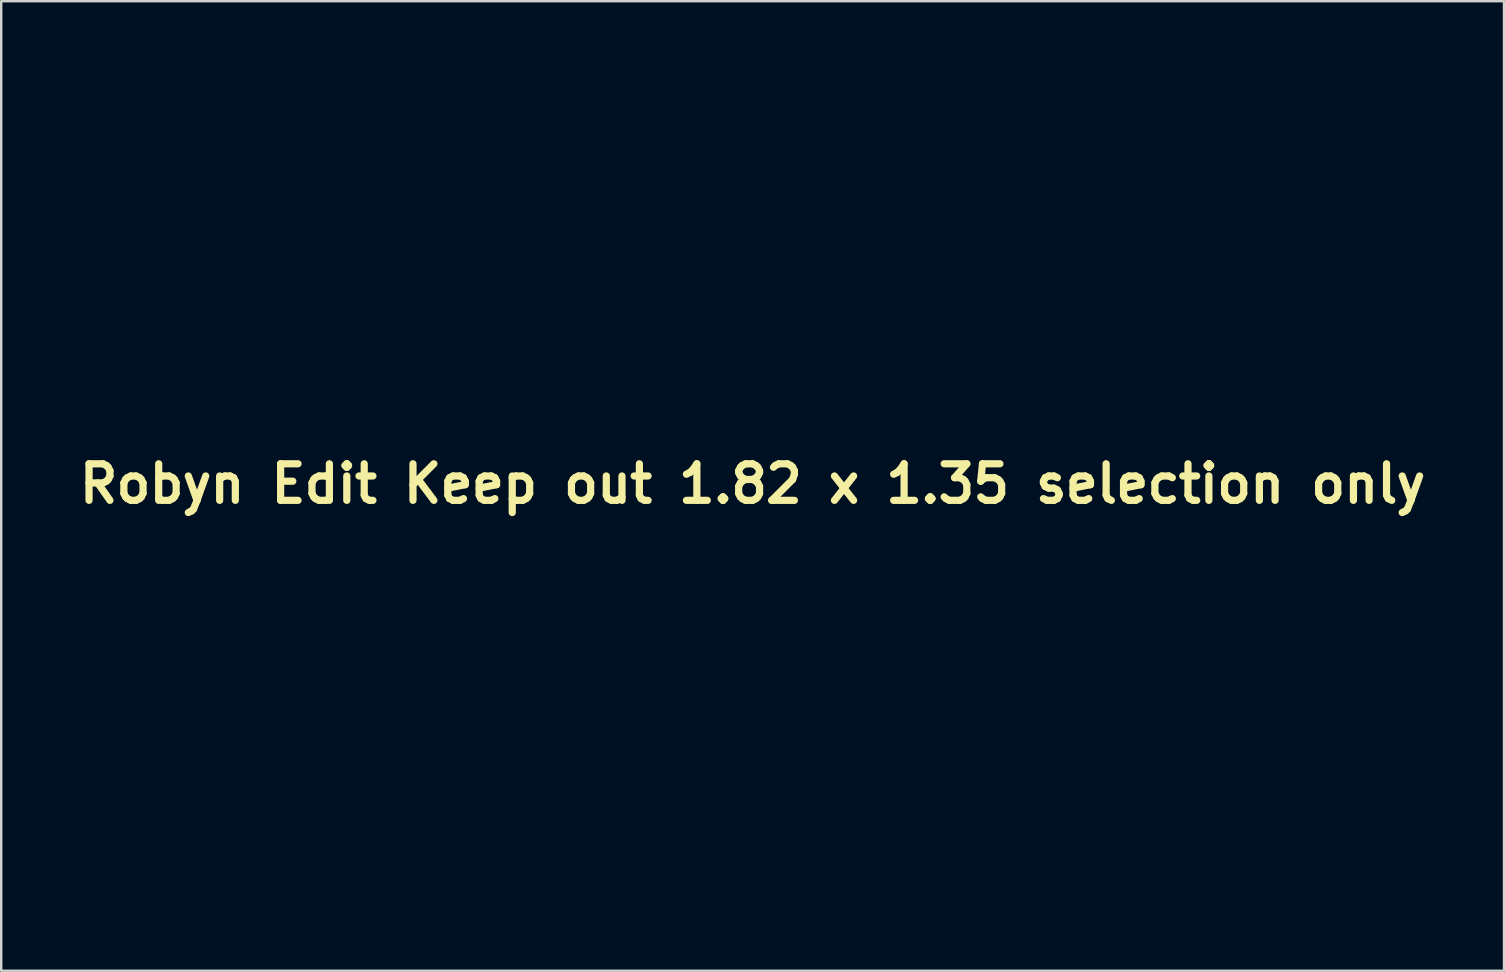
<source format=kicad_pcb>
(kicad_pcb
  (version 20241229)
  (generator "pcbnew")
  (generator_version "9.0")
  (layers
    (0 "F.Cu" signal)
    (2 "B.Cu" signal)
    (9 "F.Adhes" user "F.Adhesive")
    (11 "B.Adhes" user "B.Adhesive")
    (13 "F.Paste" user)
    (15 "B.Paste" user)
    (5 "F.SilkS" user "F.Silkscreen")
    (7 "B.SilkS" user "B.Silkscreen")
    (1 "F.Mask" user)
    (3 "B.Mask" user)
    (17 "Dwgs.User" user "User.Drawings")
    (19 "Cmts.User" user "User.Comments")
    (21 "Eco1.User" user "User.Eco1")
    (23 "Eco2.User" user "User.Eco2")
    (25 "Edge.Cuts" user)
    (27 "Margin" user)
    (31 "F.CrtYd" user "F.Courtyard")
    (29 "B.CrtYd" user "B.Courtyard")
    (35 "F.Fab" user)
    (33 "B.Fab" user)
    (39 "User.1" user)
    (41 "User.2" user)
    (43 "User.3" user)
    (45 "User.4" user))
  (footprint "Robyn Edit Keep out 1.82 x 1.35 selection only"
    (layer "F.Cu")
    (at 28.31 17.11)
    (property "Reference" "Robyn Edit Keep out 1.82 x 1.35 selection only" (at 0 0 0) (layer "F.SilkS") (effects (font (size 1.524 1.524) (thickness 0.3))))
    (attr board_only exclude_from_pos_files exclude_from_bom)
    (fp_poly (pts (xy 6.543 -16.986) (xy 6.695 -16.794) (xy 6.854 -16.562) (xy 7.09 -16.222) (xy 7.355 -15.9) (xy 7.662 -15.588) (xy 8.022 -15.279) (xy 8.447 -14.967) (xy 8.952 -14.644) (xy 9.547 -14.303) (xy 10.246 -13.937) (xy 11.061 -13.539) (xy 12.003 -13.101) (xy 13.087 -12.616) (xy 14.324 -12.077) (xy 15.609 -11.528) (xy 16.69 -11.065) (xy 17.615 -10.66) (xy 18.407 -10.3) (xy 19.088 -9.976) (xy 19.679 -9.674) (xy 20.202 -9.383) (xy 20.679 -9.093) (xy 21.131 -8.792) (xy 21.581 -8.467) (xy 21.963 -8.176) (xy 22.452 -7.778) (xy 22.817 -7.443) (xy 23.046 -7.184) (xy 23.125 -7.013) (xy 23.125 -7.012) (xy 23.046 -6.936) (xy 22.914 -6.885) (xy 22.67 -6.897) (xy 22.323 -7.012) (xy 21.917 -7.211) (xy 21.492 -7.475) (xy 21.301 -7.614) (xy 21.03 -7.809) (xy 20.881 -7.887) (xy 20.863 -7.848) (xy 20.982 -7.69) (xy 21.017 -7.651) (xy 21.116 -7.479) (xy 21.168 -7.21) (xy 21.182 -6.822) (xy 21.172 -6.454) (xy 21.132 -6.214) (xy 21.045 -6.041) (xy 20.955 -5.934) (xy 20.561 -5.641) (xy 20.065 -5.464) (xy 19.529 -5.423) (xy 19.429 -5.432) (xy 18.956 -5.488) (xy 19.098 -5.149) (xy 19.229 -4.633) (xy 19.215 -4.107) (xy 19.066 -3.62) (xy 18.793 -3.221) (xy 18.64 -3.087) (xy 18.306 -2.941) (xy 17.892 -2.896) (xy 17.479 -2.952) (xy 17.198 -3.074) (xy 16.939 -3.244) (xy 17.022 -2.972) (xy 17.068 -2.731) (xy 17.098 -2.385) (xy 17.106 -2.101) (xy 17.099 -1.762) (xy 17.059 -1.547) (xy 16.965 -1.388) (xy 16.798 -1.224) (xy 16.542 -1.038) (xy 16.272 -0.959) (xy 16.039 -0.948) (xy 15.684 -0.969) (xy 15.347 -1.02) (xy 15.265 -1.041) (xy 15.042 -1.095) (xy 14.916 -1.106) (xy 14.909 -1.103) (xy 14.919 -1.004) (xy 14.98 -0.789) (xy 15.021 -0.666) (xy 15.133 -0.22) (xy 15.159 0.2) (xy 15.105 0.558) (xy 14.978 0.818) (xy 14.785 0.942) (xy 14.725 0.948) (xy 14.642 0.881) (xy 14.442 0.692) (xy 14.14 0.394) (xy 13.749 0.001) (xy 13.284 -0.472) (xy 12.758 -1.011) (xy 12.187 -1.603) (xy 11.883 -1.919) (xy 10.886 -2.959) (xy 10.011 -3.873) (xy 9.25 -4.672) (xy 8.593 -5.366) (xy 8.031 -5.967) (xy 7.556 -6.486) (xy 7.158 -6.932) (xy 6.828 -7.317) (xy 6.557 -7.652) (xy 6.336 -7.947) (xy 6.156 -8.214) (xy 6.009 -8.462) (xy 5.884 -8.702) (xy 5.773 -8.946) (xy 5.667 -9.204) (xy 5.582 -9.422) (xy 5.186 -10.665) (xy 4.974 -11.867) (xy 4.945 -13.033) (xy 5.101 -14.168) (xy 5.44 -15.278) (xy 5.746 -15.958) (xy 5.982 -16.42) (xy 6.153 -16.736) (xy 6.277 -16.93) (xy 6.37 -17.03) (xy 6.448 -17.06) (xy 6.453 -17.06)) (stroke (width 0.1) (type solid)) (fill no) (layer "User.1"))
    (fp_poly (pts (xy -10.643 2.104) (xy -9.891 2.369) (xy -9.881 2.374) (xy -9.197 2.805) (xy -8.518 3.418) (xy -7.85 4.206) (xy -7.196 5.161) (xy -6.561 6.275) (xy -5.951 7.542) (xy -5.368 8.954) (xy -4.819 10.503) (xy -4.691 10.899) (xy -4.518 11.439) (xy -4.359 11.923) (xy -4.224 12.32) (xy -4.125 12.598) (xy -4.074 12.721) (xy -4.046 12.875) (xy -4.156 13.053) (xy -4.219 13.119) (xy -4.377 13.301) (xy -4.453 13.435) (xy -4.454 13.445) (xy -4.379 13.577) (xy -4.186 13.759) (xy -3.926 13.952) (xy -3.647 14.118) (xy -3.529 14.173) (xy -3.351 14.24) (xy -3.202 14.254) (xy -3.028 14.205) (xy -2.776 14.08) (xy -2.569 13.967) (xy -2.007 13.638) (xy -1.615 13.359) (xy -1.386 13.119) (xy -1.312 12.908) (xy -1.384 12.712) (xy -1.566 12.542) (xy -1.805 12.367) (xy -1.673 9.465) (xy 0.764 9.465) (xy 0.789 9.612) (xy 0.943 9.77) (xy 1.226 9.876) (xy 1.588 9.923) (xy 1.973 9.904) (xy 2.329 9.812) (xy 2.345 9.806) (xy 2.711 9.616) (xy 2.95 9.412) (xy 3.033 9.226) (xy 2.98 9.112) (xy 2.817 9.143) (xy 2.54 9.32) (xy 2.51 9.343) (xy 2.11 9.537) (xy 1.635 9.591) (xy 1.145 9.499) (xy 1.1 9.482) (xy 0.861 9.417) (xy 0.764 9.465) (xy -1.673 9.465) (xy -1.622 8.348) (xy -1.175 7.005) (xy -0.949 6.365) (xy -0.734 5.834) (xy -0.542 5.441) (xy -0.435 5.272) (xy -0.05 4.885) (xy 0.427 4.595) (xy 0.951 4.415) (xy 1.478 4.356) (xy 1.964 4.431) (xy 2.234 4.554) (xy 2.35 4.632) (xy 2.448 4.722) (xy 2.534 4.847) (xy 2.616 5.026) (xy 2.699 5.28) (xy 2.79 5.631) (xy 2.895 6.098) (xy 3.022 6.703) (xy 3.176 7.467) (xy 3.233 7.755) (xy 3.355 8.172) (xy 3.561 8.68) (xy 3.822 9.221) (xy 4.107 9.734) (xy 4.387 10.161) (xy 4.503 10.307) (xy 4.849 10.71) (xy 4.633 11.065) (xy 3.822 12.22) (xy 2.856 13.269) (xy 1.734 14.211) (xy 0.456 15.049) (xy -0.979 15.782) (xy -1.894 16.164) (xy -2.406 16.344) (xy -3.008 16.529) (xy -3.663 16.709) (xy -4.334 16.876) (xy -4.984 17.021) (xy -5.576 17.136) (xy -6.073 17.212) (xy -6.437 17.24) (xy -6.51 17.239) (xy -6.674 17.222) (xy -6.976 17.187) (xy -7.367 17.139) (xy -7.636 17.105) (xy -8.39 16.987) (xy -9.206 16.825) (xy -10.052 16.626) (xy -10.898 16.4) (xy -11.715 16.156) (xy -12.472 15.903) (xy -13.14 15.651) (xy -13.688 15.408) (xy -14.086 15.183) (xy -14.158 15.131) (xy -14.578 14.828) (xy -14.923 14.629) (xy -15.248 14.505) (xy -15.499 14.447) (xy -15.965 14.334) (xy -16.482 14.169) (xy -16.979 13.976) (xy -17.385 13.782) (xy -17.495 13.718) (xy -18.103 13.26) (xy -18.722 12.652) (xy -19.358 11.887) (xy -20.016 10.958) (xy -20.7 9.858) (xy -21.11 9.127) (xy -12.51 9.127) (xy -12.44 9.271) (xy -12.26 9.481) (xy -12.013 9.716) (xy -11.745 9.932) (xy -11.515 10.079) (xy -11.132 10.198) (xy -10.666 10.228) (xy -10.199 10.169) (xy -9.87 10.053) (xy -9.528 9.849) (xy -9.35 9.683) (xy -9.328 9.576) (xy -9.459 9.547) (xy -9.736 9.617) (xy -9.966 9.714) (xy -10.499 9.9) (xy -10.969 9.92) (xy -11.405 9.768) (xy -11.84 9.436) (xy -11.945 9.332) (xy -12.2 9.106) (xy -12.391 9.01) (xy -12.496 9.052) (xy -12.51 9.127) (xy -21.11 9.127) (xy -21.416 8.581) (xy -21.557 8.315) (xy -21.792 7.86) (xy -22.04 7.359) (xy -22.29 6.84) (xy -22.527 6.333) (xy -22.74 5.866) (xy -22.914 5.467) (xy -23.036 5.166) (xy -23.094 4.991) (xy -23.094 4.96) (xy -22.997 4.973) (xy -22.773 5.037) (xy -22.529 5.119) (xy -22.021 5.259) (xy -21.496 5.318) (xy -20.934 5.293) (xy -20.314 5.179) (xy -19.617 4.97) (xy -18.822 4.664) (xy -17.909 4.253) (xy -17.149 3.883) (xy -16.55 3.586) (xy -15.962 3.301) (xy -15.422 3.045) (xy -14.968 2.836) (xy -14.635 2.69) (xy -14.567 2.662) (xy -13.444 2.279) (xy -12.418 2.059) (xy -11.485 2)) (stroke (width 0.1) (type solid)) (fill no) (layer "User.1"))
    (zone (net_name "") (layers "F.Cu" "B.Cu") (hatch edge 0.508) (connect_pads) (min_thickness 0.254) (filled_areas_thickness no) (keepout (tracks not_allowed) (vias not_allowed) (pads not_allowed) (copperpour not_allowed) (footprints not_allowed)) (placement (enabled no)) (fill) (polygon (pts (xy 34.853 0.124) (xy 35.006 0.316) (xy 35.164 0.548) (xy 35.401 0.888) (xy 35.666 1.21) (xy 35.972 1.522) (xy 36.332 1.83) (xy 36.758 2.142) (xy 37.262 2.465) (xy 37.857 2.806) (xy 38.556 3.173) (xy 39.371 3.571) (xy 40.314 4.009) (xy 41.397 4.494) (xy 42.634 5.032) (xy 43.92 5.582) (xy 45 6.045) (xy 45.925 6.45) (xy 46.718 6.809) (xy 47.398 7.134) (xy 47.989 7.436) (xy 48.512 7.726) (xy 48.989 8.016) (xy 49.441 8.318) (xy 49.891 8.642) (xy 50.273 8.934) (xy 50.762 9.332) (xy 51.127 9.667) (xy 51.356 9.926) (xy 51.436 10.097) (xy 51.436 10.098) (xy 51.356 10.174) (xy 51.224 10.224) (xy 50.98 10.213) (xy 50.634 10.098) (xy 50.227 9.899) (xy 49.802 9.635) (xy 49.611 9.495) (xy 49.34 9.301) (xy 49.192 9.222) (xy 49.173 9.262) (xy 49.292 9.42) (xy 49.327 9.459) (xy 49.426 9.631) (xy 49.478 9.9) (xy 49.493 10.288) (xy 49.483 10.656) (xy 49.442 10.896) (xy 49.355 11.069) (xy 49.265 11.176) (xy 48.871 11.468) (xy 48.375 11.645) (xy 47.84 11.687) (xy 47.739 11.678) (xy 47.267 11.622) (xy 47.408 11.961) (xy 47.539 12.477) (xy 47.525 13.003) (xy 47.376 13.489) (xy 47.103 13.889) (xy 46.95 14.023) (xy 46.616 14.168) (xy 46.202 14.214) (xy 45.789 14.158) (xy 45.508 14.036) (xy 45.249 13.866) (xy 45.333 14.137) (xy 45.378 14.379) (xy 45.408 14.725) (xy 45.417 15.009) (xy 45.409 15.347) (xy 45.369 15.563) (xy 45.275 15.722) (xy 45.108 15.885) (xy 44.852 16.072) (xy 44.582 16.151) (xy 44.349 16.162) (xy 43.995 16.141) (xy 43.658 16.089) (xy 43.575 16.069) (xy 43.353 16.015) (xy 43.226 16.003) (xy 43.219 16.007) (xy 43.229 16.106) (xy 43.29 16.321) (xy 43.331 16.443) (xy 43.444 16.89) (xy 43.47 17.31) (xy 43.416 17.668) (xy 43.288 17.927) (xy 43.095 18.052) (xy 43.035 18.057) (xy 42.952 17.991) (xy 42.752 17.802) (xy 42.45 17.504) (xy 42.059 17.111) (xy 41.594 16.638) (xy 41.069 16.098) (xy 40.497 15.507) (xy 40.193 15.19) (xy 39.196 14.151) (xy 38.321 13.237) (xy 37.56 12.438) (xy 36.903 11.743) (xy 36.341 11.142) (xy 35.866 10.624) (xy 35.468 10.177) (xy 35.138 9.792) (xy 34.867 9.457) (xy 34.646 9.162) (xy 34.466 8.896) (xy 34.319 8.648) (xy 34.194 8.407) (xy 34.083 8.163) (xy 33.977 7.905) (xy 33.893 7.688) (xy 33.496 6.444) (xy 33.284 5.242) (xy 33.255 4.076) (xy 33.411 2.941) (xy 33.751 1.832) (xy 34.056 1.151) (xy 34.292 0.69) (xy 34.464 0.374) (xy 34.588 0.179) (xy 34.68 0.08) (xy 34.758 0.05) (xy 34.764 0.05))))
    (zone (net_name "") (layers "F.Cu" "B.Cu") (hatch edge 0.508) (connect_pads) (min_thickness 0.254) (filled_areas_thickness no) (keepout (tracks not_allowed) (vias not_allowed) (pads not_allowed) (copperpour not_allowed) (footprints not_allowed)) (placement (enabled no)) (fill) (polygon (pts (xy 17.667 19.213) (xy 18.419 19.478) (xy 18.429 19.483) (xy 19.113 19.914) (xy 19.792 20.528) (xy 20.46 21.315) (xy 21.114 22.27) (xy 21.749 23.385) (xy 22.359 24.652) (xy 22.942 26.064) (xy 23.491 27.613) (xy 23.619 28.009) (xy 23.792 28.548) (xy 23.952 29.033) (xy 24.086 29.43) (xy 24.186 29.708) (xy 24.236 29.83) (xy 24.264 29.985) (xy 24.154 30.163) (xy 24.091 30.229) (xy 23.933 30.411) (xy 23.857 30.545) (xy 23.856 30.555) (xy 23.931 30.687) (xy 24.124 30.869) (xy 24.384 31.062) (xy 24.664 31.228) (xy 24.781 31.283) (xy 24.959 31.349) (xy 25.108 31.364) (xy 25.282 31.314) (xy 25.534 31.19) (xy 25.741 31.077) (xy 26.303 30.747) (xy 26.695 30.469) (xy 26.924 30.229) (xy 26.998 30.017) (xy 26.926 29.822) (xy 26.744 29.651) (xy 26.505 29.477) (xy 26.637 26.574) (xy 29.074 26.574) (xy 29.1 26.722) (xy 29.253 26.88) (xy 29.536 26.986) (xy 29.898 27.032) (xy 30.283 27.013) (xy 30.64 26.922) (xy 30.655 26.915) (xy 31.021 26.725) (xy 31.26 26.522) (xy 31.343 26.336) (xy 31.29 26.222) (xy 31.127 26.253) (xy 30.851 26.43) (xy 30.82 26.453) (xy 30.42 26.647) (xy 29.945 26.7) (xy 29.455 26.608) (xy 29.411 26.592) (xy 29.171 26.526) (xy 29.074 26.574) (xy 26.637 26.574) (xy 26.688 25.458) (xy 27.135 24.115) (xy 27.361 23.474) (xy 27.577 22.943) (xy 27.768 22.551) (xy 27.876 22.381) (xy 28.261 21.994) (xy 28.737 21.705) (xy 29.261 21.525) (xy 29.788 21.466) (xy 30.274 21.54) (xy 30.544 21.663) (xy 30.66 21.741) (xy 30.758 21.832) (xy 30.844 21.957) (xy 30.926 22.136) (xy 31.009 22.39) (xy 31.1 22.741) (xy 31.205 23.208) (xy 31.332 23.813) (xy 31.486 24.576) (xy 31.543 24.865) (xy 31.665 25.281) (xy 31.871 25.79) (xy 32.132 26.331) (xy 32.417 26.844) (xy 32.698 27.27) (xy 32.813 27.417) (xy 33.159 27.82) (xy 32.943 28.175) (xy 32.132 29.33) (xy 31.166 30.378) (xy 30.044 31.321) (xy 28.766 32.159) (xy 27.331 32.892) (xy 26.416 33.274) (xy 25.905 33.454) (xy 25.303 33.638) (xy 24.648 33.818) (xy 23.976 33.986) (xy 23.326 34.131) (xy 22.734 34.246) (xy 22.238 34.322) (xy 21.874 34.35) (xy 21.8 34.348) (xy 21.636 34.332) (xy 21.334 34.297) (xy 20.943 34.249) (xy 20.674 34.215) (xy 19.92 34.097) (xy 19.104 33.934) (xy 18.258 33.735) (xy 17.412 33.509) (xy 16.595 33.266) (xy 15.838 33.013) (xy 15.17 32.76) (xy 14.622 32.517) (xy 14.224 32.293) (xy 14.152 32.241) (xy 13.732 31.937) (xy 13.388 31.738) (xy 13.062 31.615) (xy 12.811 31.557) (xy 12.345 31.444) (xy 11.828 31.279) (xy 11.331 31.086) (xy 10.925 30.892) (xy 10.816 30.827) (xy 10.207 30.37) (xy 9.588 29.762) (xy 8.952 28.997) (xy 8.294 28.068) (xy 7.61 26.968) (xy 7.2 26.236) (xy 15.8 26.236) (xy 15.87 26.38) (xy 16.05 26.591) (xy 16.297 26.826) (xy 16.565 27.042) (xy 16.795 27.189) (xy 17.178 27.308) (xy 17.644 27.337) (xy 18.111 27.278) (xy 18.44 27.163) (xy 18.782 26.958) (xy 18.961 26.793) (xy 18.982 26.685) (xy 18.851 26.657) (xy 18.574 26.727) (xy 18.344 26.823) (xy 17.811 27.01) (xy 17.341 27.03) (xy 16.905 26.877) (xy 16.47 26.546) (xy 16.365 26.441) (xy 16.11 26.216) (xy 15.92 26.12) (xy 15.814 26.161) (xy 15.8 26.236) (xy 7.2 26.236) (xy 6.894 25.691) (xy 6.753 25.424) (xy 6.519 24.97) (xy 6.27 24.469) (xy 6.021 23.95) (xy 5.783 23.443) (xy 5.571 22.975) (xy 5.397 22.577) (xy 5.274 22.276) (xy 5.217 22.101) (xy 5.216 22.07) (xy 5.314 22.083) (xy 5.537 22.147) (xy 5.781 22.229) (xy 6.289 22.368) (xy 6.814 22.428) (xy 7.376 22.403) (xy 7.996 22.288) (xy 8.693 22.08) (xy 9.488 21.773) (xy 10.402 21.363) (xy 11.161 20.993) (xy 11.76 20.696) (xy 12.348 20.411) (xy 12.888 20.155) (xy 13.342 19.945) (xy 13.675 19.799) (xy 13.743 19.772) (xy 14.866 19.389) (xy 15.893 19.169) (xy 16.825 19.11)))))
  (gr_rect
    (start -3 -3)
    (end 59.62 37.4)
    (stroke (width 0.1) (type default))
    (fill no)
    (layer "Edge.Cuts")))
</source>
